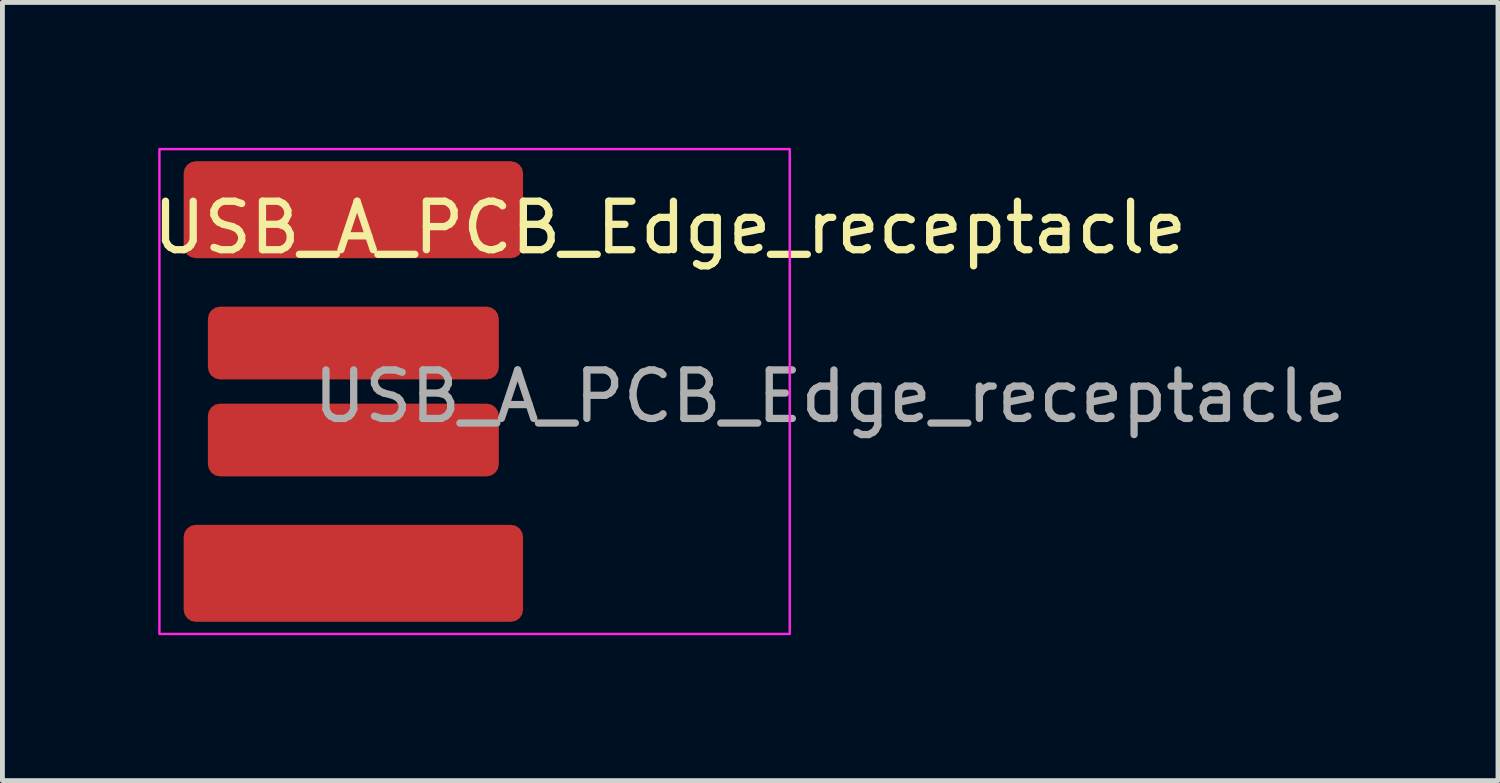
<source format=kicad_pcb>
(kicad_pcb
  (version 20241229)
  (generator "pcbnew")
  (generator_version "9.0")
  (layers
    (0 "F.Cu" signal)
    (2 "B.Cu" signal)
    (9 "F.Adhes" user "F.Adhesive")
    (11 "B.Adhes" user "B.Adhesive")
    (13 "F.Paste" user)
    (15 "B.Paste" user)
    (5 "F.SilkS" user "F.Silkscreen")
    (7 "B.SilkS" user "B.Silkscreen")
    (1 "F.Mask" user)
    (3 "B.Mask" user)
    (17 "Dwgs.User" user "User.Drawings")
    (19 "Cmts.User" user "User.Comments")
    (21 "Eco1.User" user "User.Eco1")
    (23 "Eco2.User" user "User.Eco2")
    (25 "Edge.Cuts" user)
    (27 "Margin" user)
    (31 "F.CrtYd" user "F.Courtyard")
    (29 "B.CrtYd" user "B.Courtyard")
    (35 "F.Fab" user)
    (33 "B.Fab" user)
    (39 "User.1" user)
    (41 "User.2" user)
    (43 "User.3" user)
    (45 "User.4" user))
  (footprint "USB_A_PCB_Edge_receptacle"
    (layer "F.Cu")
    (at 4.238 5.025)
    (property "Reference" "USB_A_PCB_Edge_receptacle" (at 6.53 -3.38 0) (layer "F.SilkS") (effects (font (size 1 1) (thickness 0.15))))
    (attr smd)
    (fp_rect (start -4 -5) (end 9 5) (stroke (width 0.05) (type default)) (fill no) (layer "F.CrtYd"))
    (fp_text user "${REFERENCE}" (at 9.84 0.1 180) (layer "F.Fab") (effects (font (size 1 1) (thickness 0.15))))
    (pad "1" smd roundrect (at 0 3.75) (size 7 2) (layers "F.Cu" "F.Mask") (roundrect_rratio 0.125))
    (pad "2" smd roundrect (at 0 1) (size 6 1.5) (layers "F.Cu" "F.Mask") (roundrect_rratio 0.167))
    (pad "3" smd roundrect (at 0 -1) (size 6 1.5) (layers "F.Cu" "F.Mask") (roundrect_rratio 0.167))
    (pad "4" smd roundrect (at 0 -3.75) (size 7 2) (layers "F.Cu" "F.Mask") (roundrect_rratio 0.125)))
  (gr_rect
    (start -3 -3)
    (end 27.846 13.05)
    (stroke (width 0.1) (type default))
    (fill no)
    (layer "Edge.Cuts")))
</source>
